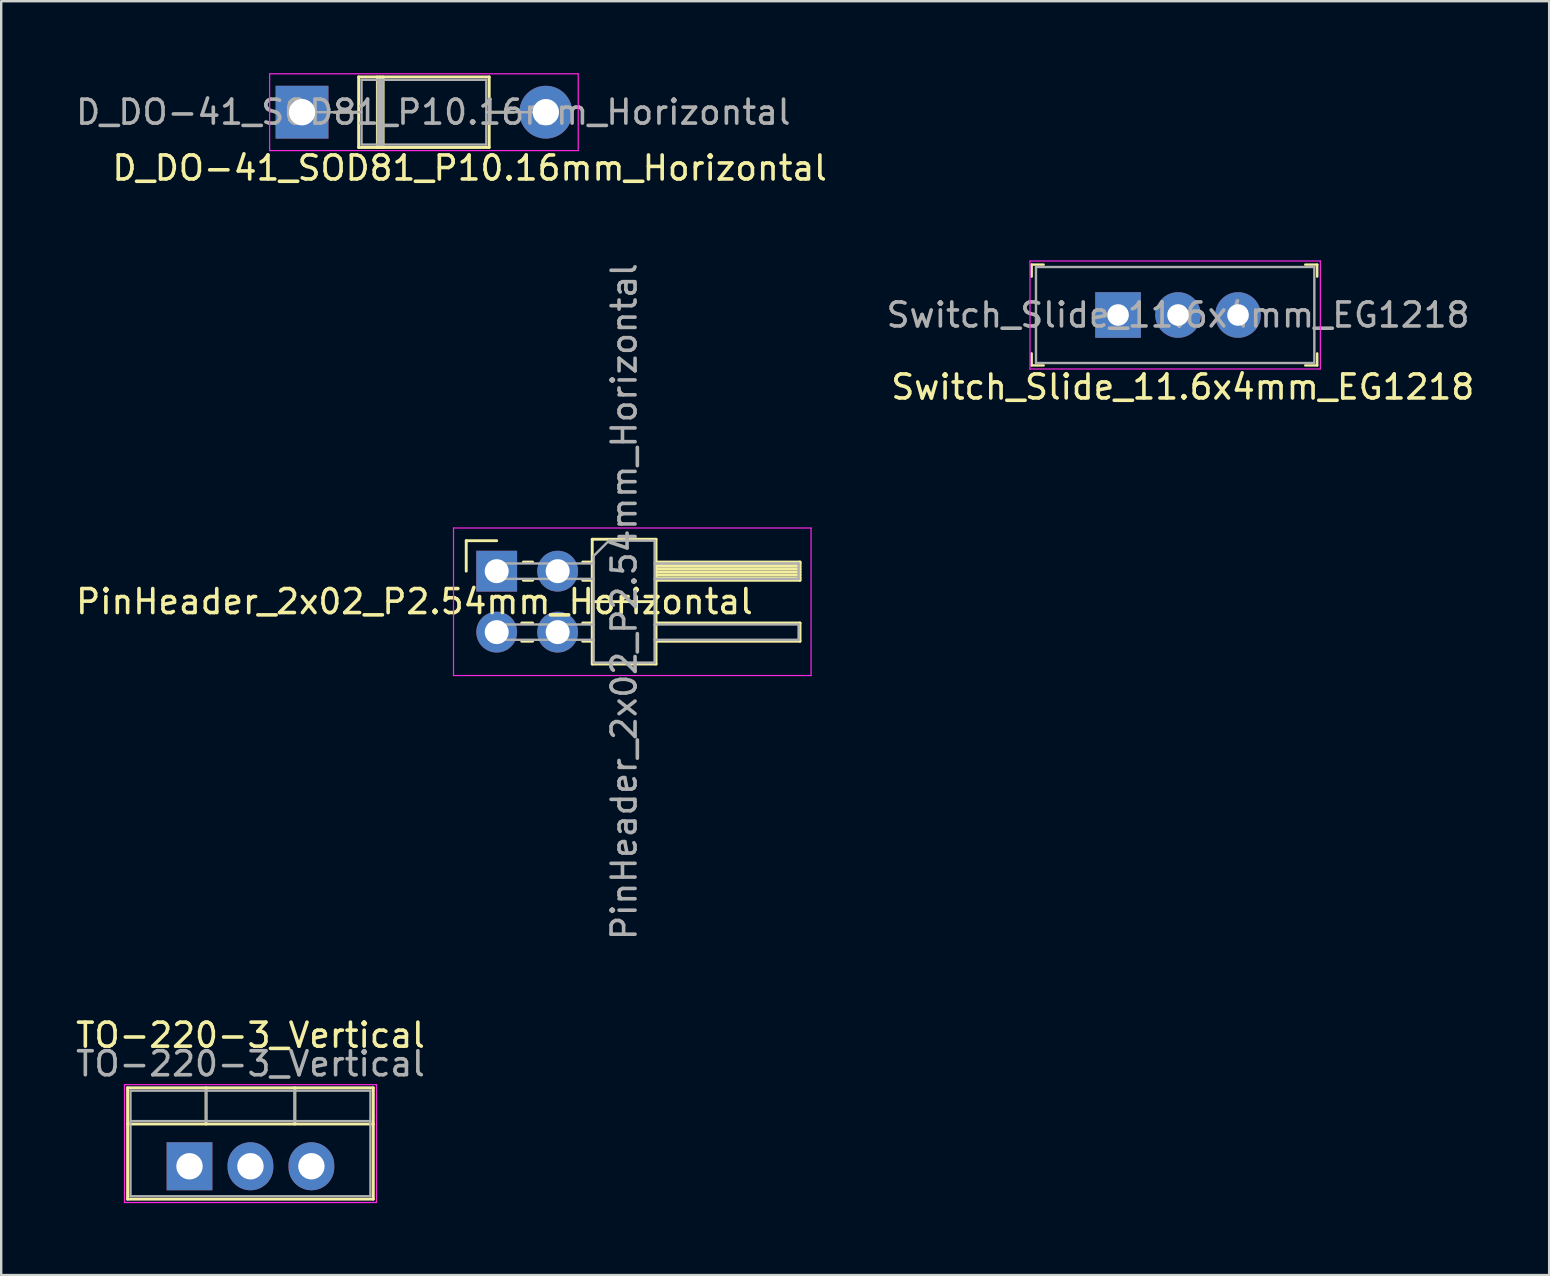
<source format=kicad_pcb>
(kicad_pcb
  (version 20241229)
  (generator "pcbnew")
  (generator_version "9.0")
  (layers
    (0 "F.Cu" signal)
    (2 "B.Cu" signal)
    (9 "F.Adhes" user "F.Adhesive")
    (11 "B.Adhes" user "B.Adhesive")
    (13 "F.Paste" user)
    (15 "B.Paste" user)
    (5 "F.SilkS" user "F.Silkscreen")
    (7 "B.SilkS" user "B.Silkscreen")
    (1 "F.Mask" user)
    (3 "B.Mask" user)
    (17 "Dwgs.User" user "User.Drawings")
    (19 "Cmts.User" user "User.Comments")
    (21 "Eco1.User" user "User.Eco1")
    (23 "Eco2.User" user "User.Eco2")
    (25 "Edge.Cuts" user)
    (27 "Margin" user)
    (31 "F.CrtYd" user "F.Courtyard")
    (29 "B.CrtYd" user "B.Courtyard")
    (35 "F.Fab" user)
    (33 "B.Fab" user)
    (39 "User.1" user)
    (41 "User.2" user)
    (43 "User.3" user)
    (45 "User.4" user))
  (footprint "TO-220-3_Vertical"
    (layer "F.Cu")
    (at 4.847 45.551)
    (property "Reference" "TO-220-3_Vertical" (at 2.54 -5.461 180) (layer "F.SilkS") (effects (font (size 1 1) (thickness 0.15))))
    (attr through_hole)
    (fp_line (start -2.58 -3.27) (end -2.58 1.371) (stroke (width 0.12) (type solid)) (layer "F.SilkS"))
    (fp_line (start -2.58 -3.27) (end 7.66 -3.27) (stroke (width 0.12) (type solid)) (layer "F.SilkS"))
    (fp_line (start -2.58 -1.76) (end 7.66 -1.76) (stroke (width 0.12) (type solid)) (layer "F.SilkS"))
    (fp_line (start -2.58 1.371) (end 7.66 1.371) (stroke (width 0.12) (type solid)) (layer "F.SilkS"))
    (fp_line (start 0.69 -3.27) (end 0.69 -1.76) (stroke (width 0.12) (type solid)) (layer "F.SilkS"))
    (fp_line (start 4.391 -3.27) (end 4.391 -1.76) (stroke (width 0.12) (type solid)) (layer "F.SilkS"))
    (fp_line (start 7.66 -3.27) (end 7.66 1.371) (stroke (width 0.12) (type solid)) (layer "F.SilkS"))
    (fp_line (start -2.71 -3.4) (end -2.71 1.51) (stroke (width 0.05) (type solid)) (layer "F.CrtYd"))
    (fp_line (start -2.71 1.51) (end 7.79 1.51) (stroke (width 0.05) (type solid)) (layer "F.CrtYd"))
    (fp_line (start 7.79 -3.4) (end -2.71 -3.4) (stroke (width 0.05) (type solid)) (layer "F.CrtYd"))
    (fp_line (start 7.79 1.51) (end 7.79 -3.4) (stroke (width 0.05) (type solid)) (layer "F.CrtYd"))
    (fp_line (start -2.46 -3.15) (end -2.46 1.25) (stroke (width 0.1) (type solid)) (layer "F.Fab"))
    (fp_line (start -2.46 -1.88) (end 7.54 -1.88) (stroke (width 0.1) (type solid)) (layer "F.Fab"))
    (fp_line (start -2.46 1.25) (end 7.54 1.25) (stroke (width 0.1) (type solid)) (layer "F.Fab"))
    (fp_line (start 0.69 -3.15) (end 0.69 -1.88) (stroke (width 0.1) (type solid)) (layer "F.Fab"))
    (fp_line (start 4.39 -3.15) (end 4.39 -1.88) (stroke (width 0.1) (type solid)) (layer "F.Fab"))
    (fp_line (start 7.54 -3.15) (end -2.46 -3.15) (stroke (width 0.1) (type solid)) (layer "F.Fab"))
    (fp_line (start 7.54 1.25) (end 7.54 -3.15) (stroke (width 0.1) (type solid)) (layer "F.Fab"))
    (fp_text user "${REFERENCE}" (at 2.54 -4.27 180) (layer "F.Fab") (effects (font (size 1 1) (thickness 0.15))))
    (pad "1" thru_hole rect (at 0 0) (size 1.905 2) (drill 1.1) (layers "*.Cu" "*.Mask"))
    (pad "2" thru_hole oval (at 2.54 0) (size 1.905 2) (drill 1.1) (layers "*.Cu" "*.Mask"))
    (pad "3" thru_hole oval (at 5.08 0) (size 1.905 2) (drill 1.1) (layers "*.Cu" "*.Mask")))
  (footprint "D_DO-41_SOD81_P10.16mm_Horizontal"
    (layer "F.Cu")
    (at 9.536 1.625)
    (property "Reference" "D_DO-41_SOD81_P10.16mm_Horizontal" (at 6.985 2.328 180) (layer "F.SilkS") (effects (font (size 1 1) (thickness 0.15))))
    (attr through_hole)
    (fp_line (start 1.34 0) (end 2.36 0) (stroke (width 0.12) (type solid)) (layer "F.SilkS"))
    (fp_line (start 2.36 -1.47) (end 2.36 1.47) (stroke (width 0.12) (type solid)) (layer "F.SilkS"))
    (fp_line (start 2.36 1.47) (end 7.8 1.47) (stroke (width 0.12) (type solid)) (layer "F.SilkS"))
    (fp_line (start 3.14 -1.47) (end 3.14 1.47) (stroke (width 0.12) (type solid)) (layer "F.SilkS"))
    (fp_line (start 3.26 -1.47) (end 3.26 1.47) (stroke (width 0.12) (type solid)) (layer "F.SilkS"))
    (fp_line (start 3.38 -1.47) (end 3.38 1.47) (stroke (width 0.12) (type solid)) (layer "F.SilkS"))
    (fp_line (start 7.8 -1.47) (end 2.36 -1.47) (stroke (width 0.12) (type solid)) (layer "F.SilkS"))
    (fp_line (start 7.8 1.47) (end 7.8 -1.47) (stroke (width 0.12) (type solid)) (layer "F.SilkS"))
    (fp_line (start 8.82 0) (end 7.8 0) (stroke (width 0.12) (type solid)) (layer "F.SilkS"))
    (fp_line (start -1.35 -1.6) (end -1.35 1.6) (stroke (width 0.05) (type solid)) (layer "F.CrtYd"))
    (fp_line (start -1.35 1.6) (end 11.51 1.6) (stroke (width 0.05) (type solid)) (layer "F.CrtYd"))
    (fp_line (start 11.51 -1.6) (end -1.35 -1.6) (stroke (width 0.05) (type solid)) (layer "F.CrtYd"))
    (fp_line (start 11.51 1.6) (end 11.51 -1.6) (stroke (width 0.05) (type solid)) (layer "F.CrtYd"))
    (fp_line (start 0 0) (end 2.48 0) (stroke (width 0.1) (type solid)) (layer "F.Fab"))
    (fp_line (start 2.48 -1.35) (end 2.48 1.35) (stroke (width 0.1) (type solid)) (layer "F.Fab"))
    (fp_line (start 2.48 1.35) (end 7.68 1.35) (stroke (width 0.1) (type solid)) (layer "F.Fab"))
    (fp_line (start 3.16 -1.35) (end 3.16 1.35) (stroke (width 0.1) (type solid)) (layer "F.Fab"))
    (fp_line (start 3.26 -1.35) (end 3.26 1.35) (stroke (width 0.1) (type solid)) (layer "F.Fab"))
    (fp_line (start 3.36 -1.35) (end 3.36 1.35) (stroke (width 0.1) (type solid)) (layer "F.Fab"))
    (fp_line (start 7.68 -1.35) (end 2.48 -1.35) (stroke (width 0.1) (type solid)) (layer "F.Fab"))
    (fp_line (start 7.68 1.35) (end 7.68 -1.35) (stroke (width 0.1) (type solid)) (layer "F.Fab"))
    (fp_line (start 10.16 0) (end 7.68 0) (stroke (width 0.1) (type solid)) (layer "F.Fab"))
    (fp_text user "${REFERENCE}" (at 5.47 0 180) (layer "F.Fab") (effects (font (size 1 1) (thickness 0.15))))
    (pad "1" thru_hole rect (at 0 0) (size 2.2 2.2) (drill 1.1) (layers "*.Cu" "*.Mask"))
    (pad "2" thru_hole oval (at 10.16 0) (size 2.2 2.2) (drill 1.1) (layers "*.Cu" "*.Mask")))
  (footprint "PinHeader_2x02_P2.54mm_Horizontal"
    (layer "F.Cu")
    (at 17.649 20.752)
    (property "Reference" "PinHeader_2x02_P2.54mm_Horizontal" (at -3.429 1.27 0) (layer "F.SilkS") (effects (font (size 1 1) (thickness 0.15))))
    (attr through_hole)
    (fp_line (start -1.27 -1.27) (end 0 -1.27) (stroke (width 0.12) (type solid)) (layer "F.SilkS"))
    (fp_line (start -1.27 0) (end -1.27 -1.27) (stroke (width 0.12) (type solid)) (layer "F.SilkS"))
    (fp_line (start 1.043 2.16) (end 1.497 2.16) (stroke (width 0.12) (type solid)) (layer "F.SilkS"))
    (fp_line (start 1.043 2.92) (end 1.497 2.92) (stroke (width 0.12) (type solid)) (layer "F.SilkS"))
    (fp_line (start 1.11 -0.38) (end 1.497 -0.38) (stroke (width 0.12) (type solid)) (layer "F.SilkS"))
    (fp_line (start 1.11 0.38) (end 1.497 0.38) (stroke (width 0.12) (type solid)) (layer "F.SilkS"))
    (fp_line (start 3.583 -0.38) (end 3.98 -0.38) (stroke (width 0.12) (type solid)) (layer "F.SilkS"))
    (fp_line (start 3.583 0.38) (end 3.98 0.38) (stroke (width 0.12) (type solid)) (layer "F.SilkS"))
    (fp_line (start 3.583 2.16) (end 3.98 2.16) (stroke (width 0.12) (type solid)) (layer "F.SilkS"))
    (fp_line (start 3.583 2.92) (end 3.98 2.92) (stroke (width 0.12) (type solid)) (layer "F.SilkS"))
    (fp_line (start 3.98 -1.33) (end 3.98 3.87) (stroke (width 0.12) (type solid)) (layer "F.SilkS"))
    (fp_line (start 3.98 1.27) (end 6.64 1.27) (stroke (width 0.12) (type solid)) (layer "F.SilkS"))
    (fp_line (start 3.98 3.87) (end 6.64 3.87) (stroke (width 0.12) (type solid)) (layer "F.SilkS"))
    (fp_line (start 6.64 -1.33) (end 3.98 -1.33) (stroke (width 0.12) (type solid)) (layer "F.SilkS"))
    (fp_line (start 6.64 -0.38) (end 12.64 -0.38) (stroke (width 0.12) (type solid)) (layer "F.SilkS"))
    (fp_line (start 6.64 -0.32) (end 12.64 -0.32) (stroke (width 0.12) (type solid)) (layer "F.SilkS"))
    (fp_line (start 6.64 -0.2) (end 12.64 -0.2) (stroke (width 0.12) (type solid)) (layer "F.SilkS"))
    (fp_line (start 6.64 -0.08) (end 12.64 -0.08) (stroke (width 0.12) (type solid)) (layer "F.SilkS"))
    (fp_line (start 6.64 0.04) (end 12.64 0.04) (stroke (width 0.12) (type solid)) (layer "F.SilkS"))
    (fp_line (start 6.64 0.16) (end 12.64 0.16) (stroke (width 0.12) (type solid)) (layer "F.SilkS"))
    (fp_line (start 6.64 0.28) (end 12.64 0.28) (stroke (width 0.12) (type solid)) (layer "F.SilkS"))
    (fp_line (start 6.64 2.16) (end 12.64 2.16) (stroke (width 0.12) (type solid)) (layer "F.SilkS"))
    (fp_line (start 6.64 3.87) (end 6.64 -1.33) (stroke (width 0.12) (type solid)) (layer "F.SilkS"))
    (fp_line (start 12.64 -0.38) (end 12.64 0.38) (stroke (width 0.12) (type solid)) (layer "F.SilkS"))
    (fp_line (start 12.64 0.38) (end 6.64 0.38) (stroke (width 0.12) (type solid)) (layer "F.SilkS"))
    (fp_line (start 12.64 2.16) (end 12.64 2.92) (stroke (width 0.12) (type solid)) (layer "F.SilkS"))
    (fp_line (start 12.64 2.92) (end 6.64 2.92) (stroke (width 0.12) (type solid)) (layer "F.SilkS"))
    (fp_line (start -1.8 -1.8) (end -1.8 4.35) (stroke (width 0.05) (type solid)) (layer "F.CrtYd"))
    (fp_line (start -1.8 4.35) (end 13.1 4.35) (stroke (width 0.05) (type solid)) (layer "F.CrtYd"))
    (fp_line (start 13.1 -1.8) (end -1.8 -1.8) (stroke (width 0.05) (type solid)) (layer "F.CrtYd"))
    (fp_line (start 13.1 4.35) (end 13.1 -1.8) (stroke (width 0.05) (type solid)) (layer "F.CrtYd"))
    (fp_line (start -0.32 -0.32) (end -0.32 0.32) (stroke (width 0.1) (type solid)) (layer "F.Fab"))
    (fp_line (start -0.32 -0.32) (end 4.04 -0.32) (stroke (width 0.1) (type solid)) (layer "F.Fab"))
    (fp_line (start -0.32 0.32) (end 4.04 0.32) (stroke (width 0.1) (type solid)) (layer "F.Fab"))
    (fp_line (start -0.32 2.22) (end -0.32 2.86) (stroke (width 0.1) (type solid)) (layer "F.Fab"))
    (fp_line (start -0.32 2.22) (end 4.04 2.22) (stroke (width 0.1) (type solid)) (layer "F.Fab"))
    (fp_line (start -0.32 2.86) (end 4.04 2.86) (stroke (width 0.1) (type solid)) (layer "F.Fab"))
    (fp_line (start 4.04 -0.635) (end 4.675 -1.27) (stroke (width 0.1) (type solid)) (layer "F.Fab"))
    (fp_line (start 4.04 3.81) (end 4.04 -0.635) (stroke (width 0.1) (type solid)) (layer "F.Fab"))
    (fp_line (start 4.675 -1.27) (end 6.58 -1.27) (stroke (width 0.1) (type solid)) (layer "F.Fab"))
    (fp_line (start 6.58 -1.27) (end 6.58 3.81) (stroke (width 0.1) (type solid)) (layer "F.Fab"))
    (fp_line (start 6.58 -0.32) (end 12.58 -0.32) (stroke (width 0.1) (type solid)) (layer "F.Fab"))
    (fp_line (start 6.58 0.32) (end 12.58 0.32) (stroke (width 0.1) (type solid)) (layer "F.Fab"))
    (fp_line (start 6.58 2.22) (end 12.58 2.22) (stroke (width 0.1) (type solid)) (layer "F.Fab"))
    (fp_line (start 6.58 2.86) (end 12.58 2.86) (stroke (width 0.1) (type solid)) (layer "F.Fab"))
    (fp_line (start 6.58 3.81) (end 4.04 3.81) (stroke (width 0.1) (type solid)) (layer "F.Fab"))
    (fp_line (start 12.58 -0.32) (end 12.58 0.32) (stroke (width 0.1) (type solid)) (layer "F.Fab"))
    (fp_line (start 12.58 2.22) (end 12.58 2.86) (stroke (width 0.1) (type solid)) (layer "F.Fab"))
    (fp_text user "${REFERENCE}" (at 5.31 1.27 90) (layer "F.Fab") (effects (font (size 1 1) (thickness 0.15))))
    (pad "1" thru_hole rect (at 0 0) (size 1.7 1.7) (drill 1) (layers "*.Cu" "*.Mask"))
    (pad "2" thru_hole oval (at 2.54 0) (size 1.7 1.7) (drill 1) (layers "*.Cu" "*.Mask"))
    (pad "3" thru_hole oval (at 0 2.54) (size 1.7 1.7) (drill 1) (layers "*.Cu" "*.Mask"))
    (pad "4" thru_hole oval (at 2.54 2.54) (size 1.7 1.7) (drill 1) (layers "*.Cu" "*.Mask")))
  (footprint "Switch_Slide_11.6x4mm_EG1218"
    (layer "F.Cu")
    (at 43.542 10.077)
    (property "Reference" "Switch_Slide_11.6x4mm_EG1218" (at 2.697 3.002 180) (layer "F.SilkS") (effects (font (size 1 1) (thickness 0.15))))
    (attr through_hole)
    (fp_line (start -3.6 -2.1) (end -3.6 -1.6) (stroke (width 0.1) (type solid)) (layer "F.SilkS"))
    (fp_line (start -3.6 -2.1) (end -3.1 -2.1) (stroke (width 0.1) (type solid)) (layer "F.SilkS"))
    (fp_line (start -3.6 2.1) (end -3.6 1.6) (stroke (width 0.1) (type solid)) (layer "F.SilkS"))
    (fp_line (start -3.6 2.1) (end -3.1 2.1) (stroke (width 0.1) (type solid)) (layer "F.SilkS"))
    (fp_line (start 8.3 -2.1) (end 7.8 -2.1) (stroke (width 0.1) (type solid)) (layer "F.SilkS"))
    (fp_line (start 8.3 -2.1) (end 8.3 -1.6) (stroke (width 0.1) (type solid)) (layer "F.SilkS"))
    (fp_line (start 8.3 2.1) (end 7.8 2.1) (stroke (width 0.1) (type solid)) (layer "F.SilkS"))
    (fp_line (start 8.3 2.1) (end 8.3 1.6) (stroke (width 0.1) (type solid)) (layer "F.SilkS"))
    (fp_line (start -3.67 -2.25) (end 8.43 -2.25) (stroke (width 0.05) (type solid)) (layer "F.CrtYd"))
    (fp_line (start -3.67 2.25) (end -3.67 -2.25) (stroke (width 0.05) (type solid)) (layer "F.CrtYd"))
    (fp_line (start -3.67 2.25) (end 8.43 2.25) (stroke (width 0.05) (type solid)) (layer "F.CrtYd"))
    (fp_line (start 8.43 2.25) (end 8.43 -2.25) (stroke (width 0.05) (type solid)) (layer "F.CrtYd"))
    (fp_line (start -3.42 -2) (end 8.18 -2) (stroke (width 0.1) (type solid)) (layer "F.Fab"))
    (fp_line (start -3.42 2) (end -3.42 -2) (stroke (width 0.1) (type solid)) (layer "F.Fab"))
    (fp_line (start -3.42 2) (end 8.18 2) (stroke (width 0.1) (type solid)) (layer "F.Fab"))
    (fp_line (start 8.18 2) (end 8.18 -2) (stroke (width 0.1) (type solid)) (layer "F.Fab"))
    (fp_text user "${REFERENCE}" (at 2.5 0 180) (layer "F.Fab") (effects (font (size 1 1) (thickness 0.15))))
    (pad "1" thru_hole rect (at 0 0) (size 1.9 1.9) (drill 0.9) (layers "*.Cu" "*.Mask"))
    (pad "2" thru_hole circle (at 2.5 0) (size 1.9 1.9) (drill 0.9) (layers "*.Cu" "*.Mask"))
    (pad "3" thru_hole circle (at 5 0) (size 1.9 1.9) (drill 0.9) (layers "*.Cu" "*.Mask")))
  (gr_rect
    (start -3 -3)
    (end 61.507 50.086)
    (stroke (width 0.1) (type default))
    (fill no)
    (layer "Edge.Cuts")))
</source>
